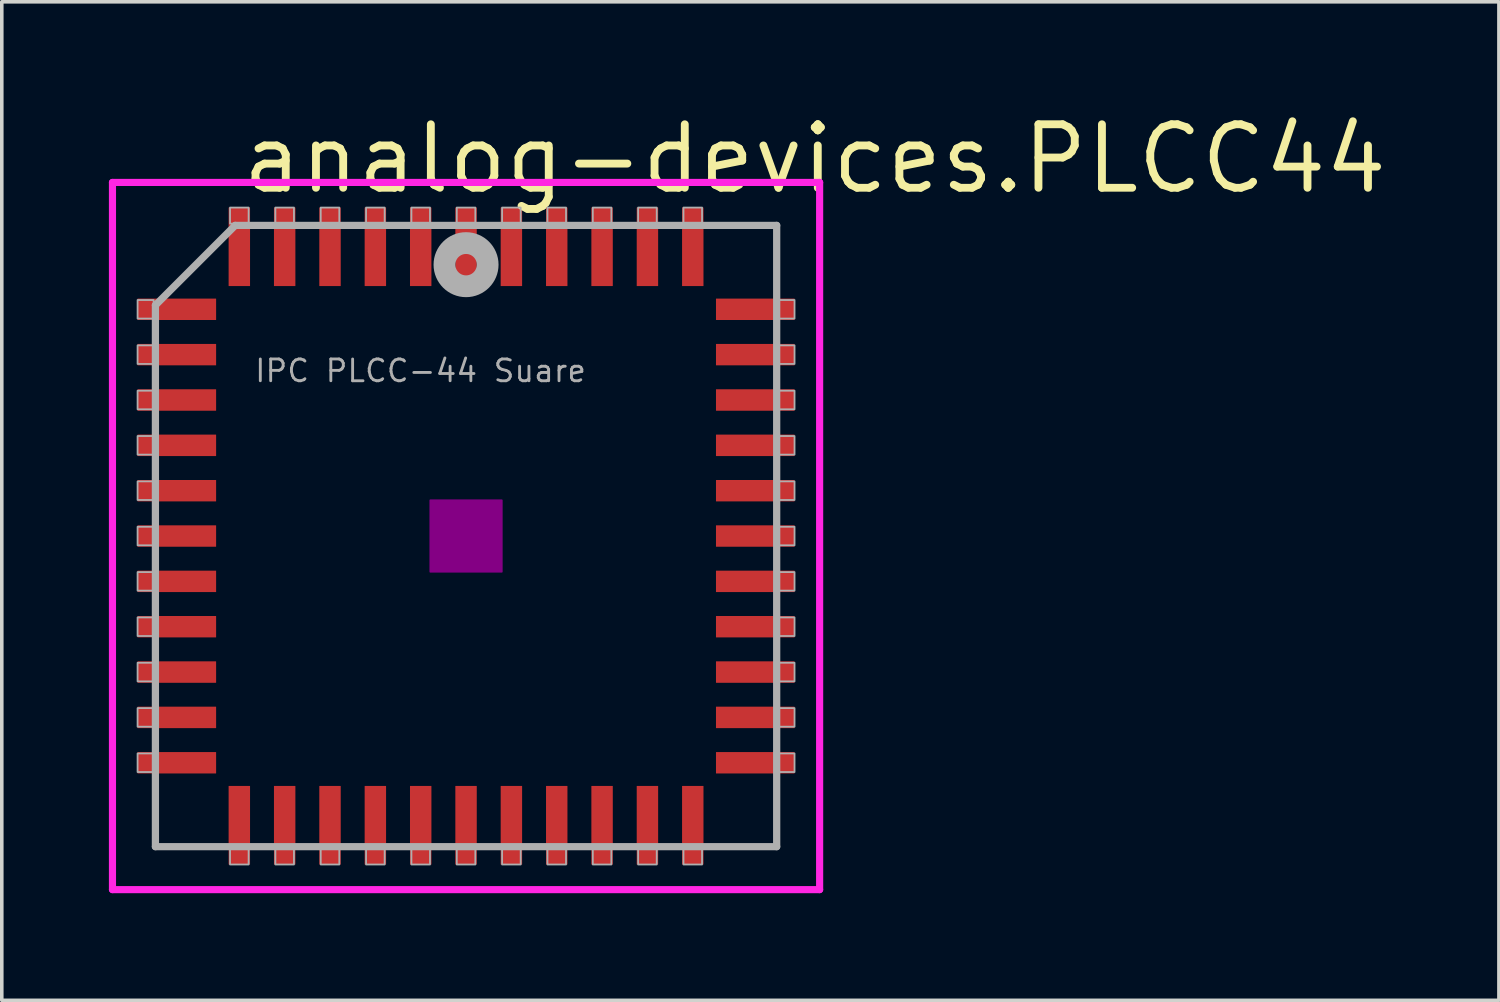
<source format=kicad_pcb>
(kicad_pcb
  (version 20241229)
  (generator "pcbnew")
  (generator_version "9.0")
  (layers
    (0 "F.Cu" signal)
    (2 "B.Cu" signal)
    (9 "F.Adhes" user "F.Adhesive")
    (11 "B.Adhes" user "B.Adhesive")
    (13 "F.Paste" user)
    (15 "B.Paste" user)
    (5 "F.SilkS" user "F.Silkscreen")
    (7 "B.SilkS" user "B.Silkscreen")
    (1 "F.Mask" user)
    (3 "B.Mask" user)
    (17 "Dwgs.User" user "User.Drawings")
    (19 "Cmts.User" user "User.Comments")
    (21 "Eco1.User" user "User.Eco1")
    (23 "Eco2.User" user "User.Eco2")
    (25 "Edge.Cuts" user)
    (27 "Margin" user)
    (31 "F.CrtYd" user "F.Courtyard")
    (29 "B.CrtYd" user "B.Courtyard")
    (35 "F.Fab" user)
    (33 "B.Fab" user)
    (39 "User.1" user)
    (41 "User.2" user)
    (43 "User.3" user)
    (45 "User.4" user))
  (footprint "analog-devices.PLCC44"
    (layer "F.Cu")
    (at 10.003 11.963)
    (property "Reference" "analog-devices.PLCC44" (at -6.38 -9.525 0) (layer "F.SilkS") (effects (font (size 1.778 1.778) (thickness 0.22)) (justify left bottom)))
    (attr smd)
    (fp_rect (start -1 1) (end 1 -1) (stroke (width 0.05) (type default)) (fill yes) (layer "F.Adhes"))
    (fp_line (start -9.903 -9.903) (end 9.903 -9.903) (stroke (width 0.2) (type default)) (layer "F.CrtYd"))
    (fp_line (start -9.903 9.903) (end -9.903 -9.903) (stroke (width 0.2) (type default)) (layer "F.CrtYd"))
    (fp_line (start 9.903 -9.903) (end 9.903 9.903) (stroke (width 0.2) (type default)) (layer "F.CrtYd"))
    (fp_line (start 9.903 9.903) (end -9.903 9.903) (stroke (width 0.2) (type default)) (layer "F.CrtYd"))
    (fp_line (start -8.7 -6.465) (end -8.7 8.7) (stroke (width 0.203) (type default)) (layer "F.Fab"))
    (fp_line (start -8.7 8.7) (end 8.7 8.7) (stroke (width 0.203) (type default)) (layer "F.Fab"))
    (fp_line (start -6.465 -8.7) (end -8.7 -6.465) (stroke (width 0.203) (type default)) (layer "F.Fab"))
    (fp_line (start 8.7 -8.7) (end -6.465 -8.7) (stroke (width 0.203) (type default)) (layer "F.Fab"))
    (fp_line (start 8.7 8.7) (end 8.7 -8.7) (stroke (width 0.203) (type default)) (layer "F.Fab"))
    (fp_rect (start -9.2 -6.09) (end -8.75 -6.61) (stroke (width 0.05) (type default)) (fill no) (layer "F.Fab"))
    (fp_rect (start -9.2 -4.82) (end -8.75 -5.34) (stroke (width 0.05) (type default)) (fill no) (layer "F.Fab"))
    (fp_rect (start -9.2 -3.55) (end -8.75 -4.07) (stroke (width 0.05) (type default)) (fill no) (layer "F.Fab"))
    (fp_rect (start -9.2 -2.28) (end -8.75 -2.8) (stroke (width 0.05) (type default)) (fill no) (layer "F.Fab"))
    (fp_rect (start -9.2 -1.01) (end -8.75 -1.53) (stroke (width 0.05) (type default)) (fill no) (layer "F.Fab"))
    (fp_rect (start -9.2 0.26) (end -8.75 -0.26) (stroke (width 0.05) (type default)) (fill no) (layer "F.Fab"))
    (fp_rect (start -9.2 1.53) (end -8.75 1.01) (stroke (width 0.05) (type default)) (fill no) (layer "F.Fab"))
    (fp_rect (start -9.2 2.8) (end -8.75 2.28) (stroke (width 0.05) (type default)) (fill no) (layer "F.Fab"))
    (fp_rect (start -9.2 4.07) (end -8.75 3.55) (stroke (width 0.05) (type default)) (fill no) (layer "F.Fab"))
    (fp_rect (start -9.2 5.34) (end -8.75 4.82) (stroke (width 0.05) (type default)) (fill no) (layer "F.Fab"))
    (fp_rect (start -9.2 6.61) (end -8.75 6.09) (stroke (width 0.05) (type default)) (fill no) (layer "F.Fab"))
    (fp_rect (start -6.61 -8.75) (end -6.09 -9.2) (stroke (width 0.05) (type default)) (fill no) (layer "F.Fab"))
    (fp_rect (start -6.61 9.2) (end -6.09 8.75) (stroke (width 0.05) (type default)) (fill no) (layer "F.Fab"))
    (fp_rect (start -5.34 -8.75) (end -4.82 -9.2) (stroke (width 0.05) (type default)) (fill no) (layer "F.Fab"))
    (fp_rect (start -5.34 9.2) (end -4.82 8.75) (stroke (width 0.05) (type default)) (fill no) (layer "F.Fab"))
    (fp_rect (start -4.07 -8.75) (end -3.55 -9.2) (stroke (width 0.05) (type default)) (fill no) (layer "F.Fab"))
    (fp_rect (start -4.07 9.2) (end -3.55 8.75) (stroke (width 0.05) (type default)) (fill no) (layer "F.Fab"))
    (fp_rect (start -2.8 -8.75) (end -2.28 -9.2) (stroke (width 0.05) (type default)) (fill no) (layer "F.Fab"))
    (fp_rect (start -2.8 9.2) (end -2.28 8.75) (stroke (width 0.05) (type default)) (fill no) (layer "F.Fab"))
    (fp_rect (start -1.53 -8.75) (end -1.01 -9.2) (stroke (width 0.05) (type default)) (fill no) (layer "F.Fab"))
    (fp_rect (start -1.53 9.2) (end -1.01 8.75) (stroke (width 0.05) (type default)) (fill no) (layer "F.Fab"))
    (fp_rect (start -0.26 -8.75) (end 0.26 -9.2) (stroke (width 0.05) (type default)) (fill no) (layer "F.Fab"))
    (fp_rect (start -0.26 9.2) (end 0.26 8.75) (stroke (width 0.05) (type default)) (fill no) (layer "F.Fab"))
    (fp_rect (start 1.01 -8.75) (end 1.53 -9.2) (stroke (width 0.05) (type default)) (fill no) (layer "F.Fab"))
    (fp_rect (start 1.01 9.2) (end 1.53 8.75) (stroke (width 0.05) (type default)) (fill no) (layer "F.Fab"))
    (fp_rect (start 2.28 -8.75) (end 2.8 -9.2) (stroke (width 0.05) (type default)) (fill no) (layer "F.Fab"))
    (fp_rect (start 2.28 9.2) (end 2.8 8.75) (stroke (width 0.05) (type default)) (fill no) (layer "F.Fab"))
    (fp_rect (start 3.55 -8.75) (end 4.07 -9.2) (stroke (width 0.05) (type default)) (fill no) (layer "F.Fab"))
    (fp_rect (start 3.55 9.2) (end 4.07 8.75) (stroke (width 0.05) (type default)) (fill no) (layer "F.Fab"))
    (fp_rect (start 4.82 -8.75) (end 5.34 -9.2) (stroke (width 0.05) (type default)) (fill no) (layer "F.Fab"))
    (fp_rect (start 4.82 9.2) (end 5.34 8.75) (stroke (width 0.05) (type default)) (fill no) (layer "F.Fab"))
    (fp_rect (start 6.09 -8.75) (end 6.61 -9.2) (stroke (width 0.05) (type default)) (fill no) (layer "F.Fab"))
    (fp_rect (start 6.09 9.2) (end 6.61 8.75) (stroke (width 0.05) (type default)) (fill no) (layer "F.Fab"))
    (fp_rect (start 8.75 -6.09) (end 9.2 -6.61) (stroke (width 0.05) (type default)) (fill no) (layer "F.Fab"))
    (fp_rect (start 8.75 -4.82) (end 9.2 -5.34) (stroke (width 0.05) (type default)) (fill no) (layer "F.Fab"))
    (fp_rect (start 8.75 -3.55) (end 9.2 -4.07) (stroke (width 0.05) (type default)) (fill no) (layer "F.Fab"))
    (fp_rect (start 8.75 -2.28) (end 9.2 -2.8) (stroke (width 0.05) (type default)) (fill no) (layer "F.Fab"))
    (fp_rect (start 8.75 -1.01) (end 9.2 -1.53) (stroke (width 0.05) (type default)) (fill no) (layer "F.Fab"))
    (fp_rect (start 8.75 0.26) (end 9.2 -0.26) (stroke (width 0.05) (type default)) (fill no) (layer "F.Fab"))
    (fp_rect (start 8.75 1.53) (end 9.2 1.01) (stroke (width 0.05) (type default)) (fill no) (layer "F.Fab"))
    (fp_rect (start 8.75 2.8) (end 9.2 2.28) (stroke (width 0.05) (type default)) (fill no) (layer "F.Fab"))
    (fp_rect (start 8.75 4.07) (end 9.2 3.55) (stroke (width 0.05) (type default)) (fill no) (layer "F.Fab"))
    (fp_rect (start 8.75 5.34) (end 9.2 4.82) (stroke (width 0.05) (type default)) (fill no) (layer "F.Fab"))
    (fp_rect (start 8.75 6.61) (end 9.2 6.09) (stroke (width 0.05) (type default)) (fill no) (layer "F.Fab"))
    (fp_circle (center 0 -7.6) (end 0.3 -7.6) (stroke (width 0.61) (type default)) (fill no) (layer "F.Fab"))
    (fp_text user "IPC PLCC-44 Suare" (at -5.96 -4.27 0) (layer "F.Fab") (effects (font (size 0.61 0.61) (thickness 0.08)) (justify left bottom)))
    (pad "1" smd roundrect (at 0 -8.1) (size 0.6 2.2) (layers "F.Cu" "F.Mask" "F.Paste") (roundrect_rratio 0.01))
    (pad "2" smd roundrect (at -1.27 -8.1) (size 0.6 2.2) (layers "F.Cu" "F.Mask" "F.Paste") (roundrect_rratio 0.01))
    (pad "3" smd roundrect (at -2.54 -8.1) (size 0.6 2.2) (layers "F.Cu" "F.Mask" "F.Paste") (roundrect_rratio 0.01))
    (pad "4" smd roundrect (at -3.81 -8.1) (size 0.6 2.2) (layers "F.Cu" "F.Mask" "F.Paste") (roundrect_rratio 0.01))
    (pad "5" smd roundrect (at -5.08 -8.1) (size 0.6 2.2) (layers "F.Cu" "F.Mask" "F.Paste") (roundrect_rratio 0.01))
    (pad "6" smd roundrect (at -6.35 -8.1) (size 0.6 2.2) (layers "F.Cu" "F.Mask" "F.Paste") (roundrect_rratio 0.01))
    (pad "7" smd roundrect (at -8.1 -6.35) (size 2.2 0.6) (layers "F.Cu" "F.Mask" "F.Paste") (roundrect_rratio 0.01))
    (pad "8" smd roundrect (at -8.1 -5.08) (size 2.2 0.6) (layers "F.Cu" "F.Mask" "F.Paste") (roundrect_rratio 0.01))
    (pad "9" smd roundrect (at -8.1 -3.81) (size 2.2 0.6) (layers "F.Cu" "F.Mask" "F.Paste") (roundrect_rratio 0.01))
    (pad "10" smd roundrect (at -8.1 -2.54) (size 2.2 0.6) (layers "F.Cu" "F.Mask" "F.Paste") (roundrect_rratio 0.01))
    (pad "11" smd roundrect (at -8.1 -1.27) (size 2.2 0.6) (layers "F.Cu" "F.Mask" "F.Paste") (roundrect_rratio 0.01))
    (pad "12" smd roundrect (at -8.1 0) (size 2.2 0.6) (layers "F.Cu" "F.Mask" "F.Paste") (roundrect_rratio 0.01))
    (pad "13" smd roundrect (at -8.1 1.27) (size 2.2 0.6) (layers "F.Cu" "F.Mask" "F.Paste") (roundrect_rratio 0.01))
    (pad "14" smd roundrect (at -8.1 2.54) (size 2.2 0.6) (layers "F.Cu" "F.Mask" "F.Paste") (roundrect_rratio 0.01))
    (pad "15" smd roundrect (at -8.1 3.81) (size 2.2 0.6) (layers "F.Cu" "F.Mask" "F.Paste") (roundrect_rratio 0.01))
    (pad "16" smd roundrect (at -8.1 5.08) (size 2.2 0.6) (layers "F.Cu" "F.Mask" "F.Paste") (roundrect_rratio 0.01))
    (pad "17" smd roundrect (at -8.1 6.35) (size 2.2 0.6) (layers "F.Cu" "F.Mask" "F.Paste") (roundrect_rratio 0.01))
    (pad "18" smd roundrect (at -6.35 8.1) (size 0.6 2.2) (layers "F.Cu" "F.Mask" "F.Paste") (roundrect_rratio 0.01))
    (pad "19" smd roundrect (at -5.08 8.1) (size 0.6 2.2) (layers "F.Cu" "F.Mask" "F.Paste") (roundrect_rratio 0.01))
    (pad "20" smd roundrect (at -3.81 8.1) (size 0.6 2.2) (layers "F.Cu" "F.Mask" "F.Paste") (roundrect_rratio 0.01))
    (pad "21" smd roundrect (at -2.54 8.1) (size 0.6 2.2) (layers "F.Cu" "F.Mask" "F.Paste") (roundrect_rratio 0.01))
    (pad "22" smd roundrect (at -1.27 8.1) (size 0.6 2.2) (layers "F.Cu" "F.Mask" "F.Paste") (roundrect_rratio 0.01))
    (pad "23" smd roundrect (at 0 8.1) (size 0.6 2.2) (layers "F.Cu" "F.Mask" "F.Paste") (roundrect_rratio 0.01))
    (pad "24" smd roundrect (at 1.27 8.1) (size 0.6 2.2) (layers "F.Cu" "F.Mask" "F.Paste") (roundrect_rratio 0.01))
    (pad "25" smd roundrect (at 2.54 8.1) (size 0.6 2.2) (layers "F.Cu" "F.Mask" "F.Paste") (roundrect_rratio 0.01))
    (pad "26" smd roundrect (at 3.81 8.1) (size 0.6 2.2) (layers "F.Cu" "F.Mask" "F.Paste") (roundrect_rratio 0.01))
    (pad "27" smd roundrect (at 5.08 8.1) (size 0.6 2.2) (layers "F.Cu" "F.Mask" "F.Paste") (roundrect_rratio 0.01))
    (pad "28" smd roundrect (at 6.35 8.1) (size 0.6 2.2) (layers "F.Cu" "F.Mask" "F.Paste") (roundrect_rratio 0.01))
    (pad "29" smd roundrect (at 8.1 6.35) (size 2.2 0.6) (layers "F.Cu" "F.Mask" "F.Paste") (roundrect_rratio 0.01))
    (pad "30" smd roundrect (at 8.1 5.08) (size 2.2 0.6) (layers "F.Cu" "F.Mask" "F.Paste") (roundrect_rratio 0.01))
    (pad "31" smd roundrect (at 8.1 3.81) (size 2.2 0.6) (layers "F.Cu" "F.Mask" "F.Paste") (roundrect_rratio 0.01))
    (pad "32" smd roundrect (at 8.1 2.54) (size 2.2 0.6) (layers "F.Cu" "F.Mask" "F.Paste") (roundrect_rratio 0.01))
    (pad "33" smd roundrect (at 8.1 1.27) (size 2.2 0.6) (layers "F.Cu" "F.Mask" "F.Paste") (roundrect_rratio 0.01))
    (pad "34" smd roundrect (at 8.1 0) (size 2.2 0.6) (layers "F.Cu" "F.Mask" "F.Paste") (roundrect_rratio 0.01))
    (pad "35" smd roundrect (at 8.1 -1.27) (size 2.2 0.6) (layers "F.Cu" "F.Mask" "F.Paste") (roundrect_rratio 0.01))
    (pad "36" smd roundrect (at 8.1 -2.54) (size 2.2 0.6) (layers "F.Cu" "F.Mask" "F.Paste") (roundrect_rratio 0.01))
    (pad "37" smd roundrect (at 8.1 -3.81) (size 2.2 0.6) (layers "F.Cu" "F.Mask" "F.Paste") (roundrect_rratio 0.01))
    (pad "38" smd roundrect (at 8.1 -5.08) (size 2.2 0.6) (layers "F.Cu" "F.Mask" "F.Paste") (roundrect_rratio 0.01))
    (pad "39" smd roundrect (at 8.1 -6.35) (size 2.2 0.6) (layers "F.Cu" "F.Mask" "F.Paste") (roundrect_rratio 0.01))
    (pad "40" smd roundrect (at 6.35 -8.1) (size 0.6 2.2) (layers "F.Cu" "F.Mask" "F.Paste") (roundrect_rratio 0.01))
    (pad "41" smd roundrect (at 5.08 -8.1) (size 0.6 2.2) (layers "F.Cu" "F.Mask" "F.Paste") (roundrect_rratio 0.01))
    (pad "42" smd roundrect (at 3.81 -8.1) (size 0.6 2.2) (layers "F.Cu" "F.Mask" "F.Paste") (roundrect_rratio 0.01))
    (pad "43" smd roundrect (at 2.54 -8.1) (size 0.6 2.2) (layers "F.Cu" "F.Mask" "F.Paste") (roundrect_rratio 0.01))
    (pad "44" smd roundrect (at 1.27 -8.1) (size 0.6 2.2) (layers "F.Cu" "F.Mask" "F.Paste") (roundrect_rratio 0.01)))
  (gr_rect
    (start -3 -3)
    (end 38.931 24.966)
    (stroke (width 0.1) (type default))
    (fill no)
    (layer "Edge.Cuts")))
</source>
